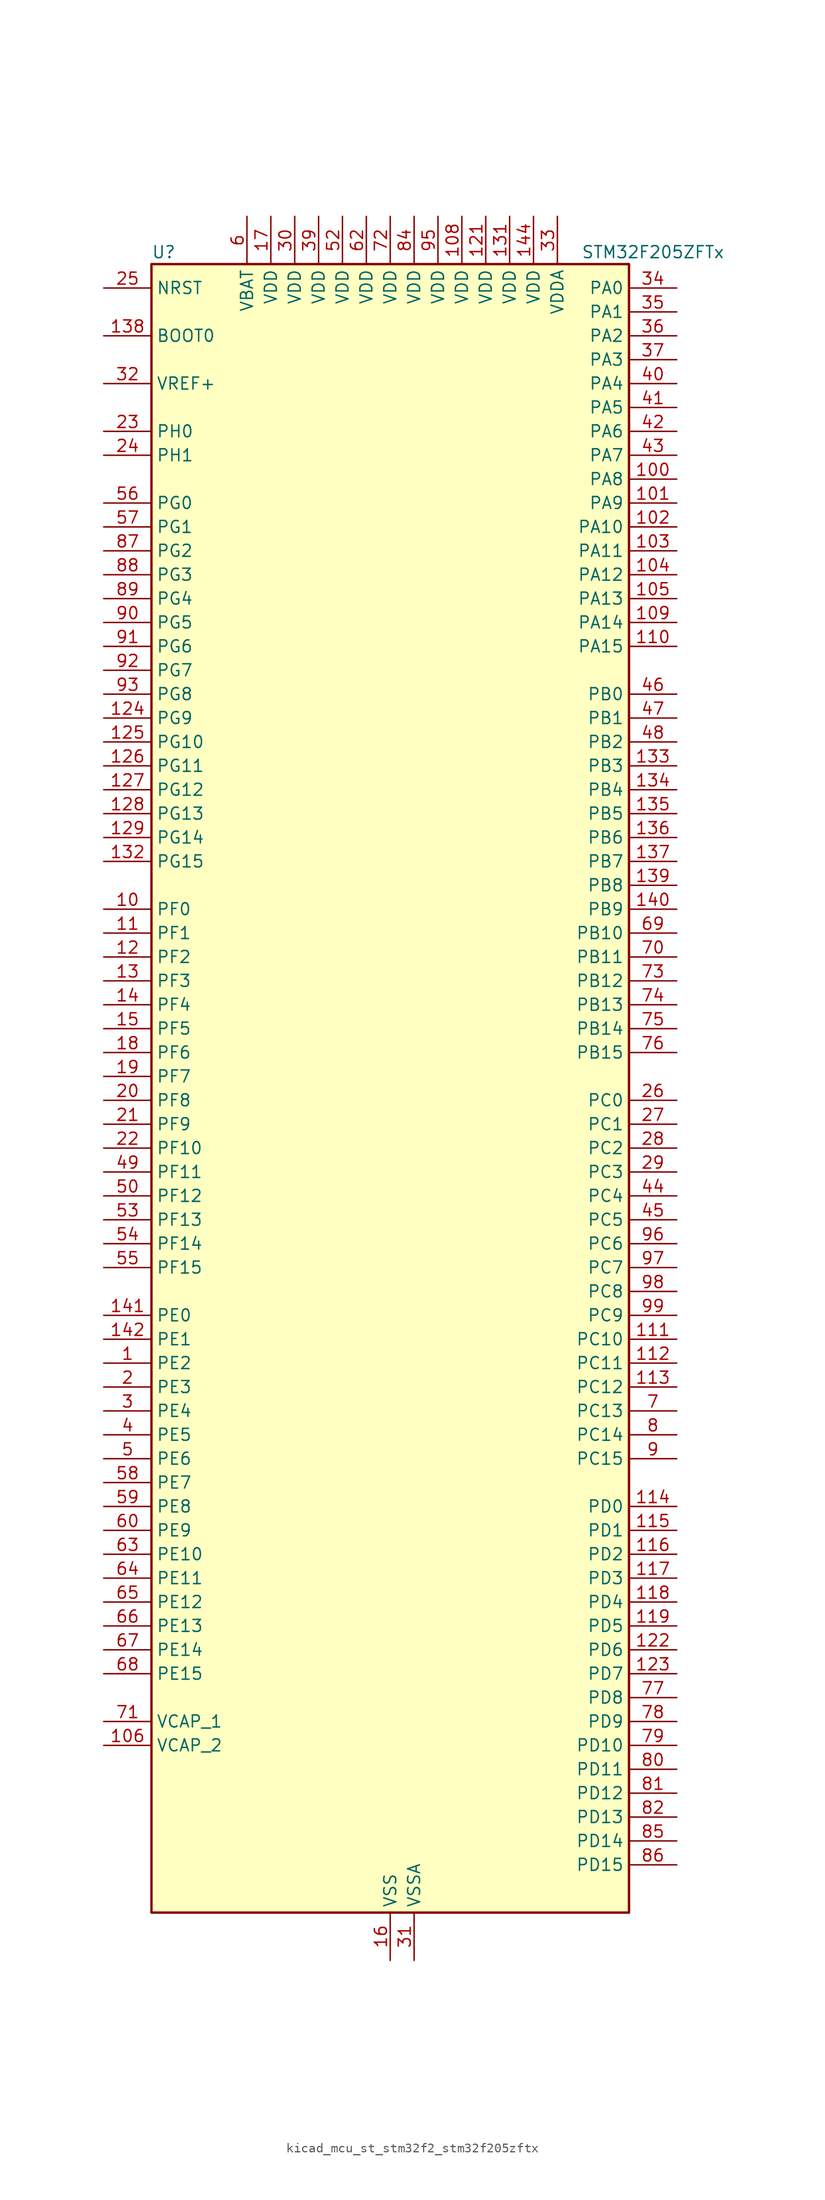
<source format=kicad_sym>
(kicad_symbol_lib
  (version 20220914)
  (generator kicad_symbol_editor)
  (symbol "kicad_mcu_st_stm32f2_stm32f205zftx"
    (property "Reference" "U"
      (at -25.4 90.17 0)
      (effects (font (size 1.27 1.27)) (justify left)))
    (property "Value" "STM32F205ZFTx"
      (at 20.32 90.17 0)
      (effects (font (size 1.27 1.27)) (justify left)))
    (property "ki_locked" ""
      (at 0 0 0)
      (effects (font (size 1.27 1.27))))
    (symbol "kicad_mcu_st_stm32f2_stm32f205zftx_0_1"
      (rectangle (start -25.4 -86.36) (end 25.4 88.9) (stroke (width 0.254) (type default)) (fill (type background))))
    (symbol "kicad_mcu_st_stm32f2_stm32f205zftx_1_1"
      (pin bidirectional line (at -30.48 -27.94 0) (length 5.08) (name "PE2" (effects (font (size 1.27 1.27)))) (number "1" (effects (font (size 1.27 1.27)))) (alternate "FSMC_A23" bidirectional line) (alternate "SYS_TRACECLK" bidirectional line))
      (pin bidirectional line (at -30.48 20.32 0) (length 5.08) (name "PF0" (effects (font (size 1.27 1.27)))) (number "10" (effects (font (size 1.27 1.27)))) (alternate "FSMC_A0" bidirectional line) (alternate "I2C2_SDA" bidirectional line))
      (pin bidirectional line (at 30.48 66.04 180) (length 5.08) (name "PA8" (effects (font (size 1.27 1.27)))) (number "100" (effects (font (size 1.27 1.27)))) (alternate "I2C3_SCL" bidirectional line) (alternate "RCC_MCO_1" bidirectional line) (alternate "TIM1_CH1" bidirectional line) (alternate "USART1_CK" bidirectional line) (alternate "USB_OTG_FS_SOF" bidirectional line))
      (pin bidirectional line (at 30.48 63.5 180) (length 5.08) (name "PA9" (effects (font (size 1.27 1.27)))) (number "101" (effects (font (size 1.27 1.27)))) (alternate "DAC_EXTI9" bidirectional line) (alternate "I2C3_SMBA" bidirectional line) (alternate "TIM1_CH2" bidirectional line) (alternate "USART1_TX" bidirectional line) (alternate "USB_OTG_FS_VBUS" bidirectional line))
      (pin bidirectional line (at 30.48 60.96 180) (length 5.08) (name "PA10" (effects (font (size 1.27 1.27)))) (number "102" (effects (font (size 1.27 1.27)))) (alternate "TIM1_CH3" bidirectional line) (alternate "USART1_RX" bidirectional line) (alternate "USB_OTG_FS_ID" bidirectional line))
      (pin bidirectional line (at 30.48 58.42 180) (length 5.08) (name "PA11" (effects (font (size 1.27 1.27)))) (number "103" (effects (font (size 1.27 1.27)))) (alternate "ADC1_EXTI11" bidirectional line) (alternate "ADC2_EXTI11" bidirectional line) (alternate "ADC3_EXTI11" bidirectional line) (alternate "CAN1_RX" bidirectional line) (alternate "TIM1_CH4" bidirectional line) (alternate "USART1_CTS" bidirectional line) (alternate "USB_OTG_FS_DM" bidirectional line))
      (pin bidirectional line (at 30.48 55.88 180) (length 5.08) (name "PA12" (effects (font (size 1.27 1.27)))) (number "104" (effects (font (size 1.27 1.27)))) (alternate "CAN1_TX" bidirectional line) (alternate "TIM1_ETR" bidirectional line) (alternate "USART1_RTS" bidirectional line) (alternate "USB_OTG_FS_DP" bidirectional line))
      (pin bidirectional line (at 30.48 53.34 180) (length 5.08) (name "PA13" (effects (font (size 1.27 1.27)))) (number "105" (effects (font (size 1.27 1.27)))) (alternate "SYS_JTMS-SWDIO" bidirectional line))
      (pin power_out line (at -30.48 -68.58 0) (length 5.08) (name "VCAP_2" (effects (font (size 1.27 1.27)))) (number "106" (effects (font (size 1.27 1.27)))))
      (pin passive line (at 0 -91.44 90) (length 5.08) hide (name "VSS" (effects (font (size 1.27 1.27)))) (number "107" (effects (font (size 1.27 1.27)))))
      (pin power_in line (at 7.62 93.98 270) (length 5.08) (name "VDD" (effects (font (size 1.27 1.27)))) (number "108" (effects (font (size 1.27 1.27)))))
      (pin bidirectional line (at 30.48 50.8 180) (length 5.08) (name "PA14" (effects (font (size 1.27 1.27)))) (number "109" (effects (font (size 1.27 1.27)))) (alternate "SYS_JTCK-SWCLK" bidirectional line))
      (pin bidirectional line (at -30.48 17.78 0) (length 5.08) (name "PF1" (effects (font (size 1.27 1.27)))) (number "11" (effects (font (size 1.27 1.27)))) (alternate "FSMC_A1" bidirectional line) (alternate "I2C2_SCL" bidirectional line))
      (pin bidirectional line (at 30.48 48.26 180) (length 5.08) (name "PA15" (effects (font (size 1.27 1.27)))) (number "110" (effects (font (size 1.27 1.27)))) (alternate "ADC1_EXTI15" bidirectional line) (alternate "ADC2_EXTI15" bidirectional line) (alternate "ADC3_EXTI15" bidirectional line) (alternate "I2S3_WS" bidirectional line) (alternate "SPI1_NSS" bidirectional line) (alternate "SPI3_NSS" bidirectional line) (alternate "SYS_JTDI" bidirectional line) (alternate "TIM2_CH1" bidirectional line) (alternate "TIM2_ETR" bidirectional line))
      (pin bidirectional line (at 30.48 -25.4 180) (length 5.08) (name "PC10" (effects (font (size 1.27 1.27)))) (number "111" (effects (font (size 1.27 1.27)))) (alternate "I2S3_SCK" bidirectional line) (alternate "SDIO_D2" bidirectional line) (alternate "SPI3_SCK" bidirectional line) (alternate "UART4_TX" bidirectional line) (alternate "USART3_TX" bidirectional line))
      (pin bidirectional line (at 30.48 -27.94 180) (length 5.08) (name "PC11" (effects (font (size 1.27 1.27)))) (number "112" (effects (font (size 1.27 1.27)))) (alternate "ADC1_EXTI11" bidirectional line) (alternate "ADC2_EXTI11" bidirectional line) (alternate "ADC3_EXTI11" bidirectional line) (alternate "SDIO_D3" bidirectional line) (alternate "SPI3_MISO" bidirectional line) (alternate "UART4_RX" bidirectional line) (alternate "USART3_RX" bidirectional line))
      (pin bidirectional line (at 30.48 -30.48 180) (length 5.08) (name "PC12" (effects (font (size 1.27 1.27)))) (number "113" (effects (font (size 1.27 1.27)))) (alternate "I2S3_SD" bidirectional line) (alternate "SDIO_CK" bidirectional line) (alternate "SPI3_MOSI" bidirectional line) (alternate "UART5_TX" bidirectional line) (alternate "USART3_CK" bidirectional line))
      (pin bidirectional line (at 30.48 -43.18 180) (length 5.08) (name "PD0" (effects (font (size 1.27 1.27)))) (number "114" (effects (font (size 1.27 1.27)))) (alternate "CAN1_RX" bidirectional line) (alternate "FSMC_D2" bidirectional line) (alternate "FSMC_DA2" bidirectional line))
      (pin bidirectional line (at 30.48 -45.72 180) (length 5.08) (name "PD1" (effects (font (size 1.27 1.27)))) (number "115" (effects (font (size 1.27 1.27)))) (alternate "CAN1_TX" bidirectional line) (alternate "FSMC_D3" bidirectional line) (alternate "FSMC_DA3" bidirectional line))
      (pin bidirectional line (at 30.48 -48.26 180) (length 5.08) (name "PD2" (effects (font (size 1.27 1.27)))) (number "116" (effects (font (size 1.27 1.27)))) (alternate "SDIO_CMD" bidirectional line) (alternate "TIM3_ETR" bidirectional line) (alternate "UART5_RX" bidirectional line))
      (pin bidirectional line (at 30.48 -50.8 180) (length 5.08) (name "PD3" (effects (font (size 1.27 1.27)))) (number "117" (effects (font (size 1.27 1.27)))) (alternate "FSMC_CLK" bidirectional line) (alternate "USART2_CTS" bidirectional line))
      (pin bidirectional line (at 30.48 -53.34 180) (length 5.08) (name "PD4" (effects (font (size 1.27 1.27)))) (number "118" (effects (font (size 1.27 1.27)))) (alternate "FSMC_NOE" bidirectional line) (alternate "USART2_RTS" bidirectional line))
      (pin bidirectional line (at 30.48 -55.88 180) (length 5.08) (name "PD5" (effects (font (size 1.27 1.27)))) (number "119" (effects (font (size 1.27 1.27)))) (alternate "FSMC_NWE" bidirectional line) (alternate "USART2_TX" bidirectional line))
      (pin bidirectional line (at -30.48 15.24 0) (length 5.08) (name "PF2" (effects (font (size 1.27 1.27)))) (number "12" (effects (font (size 1.27 1.27)))) (alternate "FSMC_A2" bidirectional line) (alternate "I2C2_SMBA" bidirectional line))
      (pin passive line (at 0 -91.44 90) (length 5.08) hide (name "VSS" (effects (font (size 1.27 1.27)))) (number "120" (effects (font (size 1.27 1.27)))))
      (pin power_in line (at 10.16 93.98 270) (length 5.08) (name "VDD" (effects (font (size 1.27 1.27)))) (number "121" (effects (font (size 1.27 1.27)))))
      (pin bidirectional line (at 30.48 -58.42 180) (length 5.08) (name "PD6" (effects (font (size 1.27 1.27)))) (number "122" (effects (font (size 1.27 1.27)))) (alternate "FSMC_NWAIT" bidirectional line) (alternate "USART2_RX" bidirectional line))
      (pin bidirectional line (at 30.48 -60.96 180) (length 5.08) (name "PD7" (effects (font (size 1.27 1.27)))) (number "123" (effects (font (size 1.27 1.27)))) (alternate "FSMC_NCE2" bidirectional line) (alternate "FSMC_NE1" bidirectional line) (alternate "USART2_CK" bidirectional line))
      (pin bidirectional line (at -30.48 40.64 0) (length 5.08) (name "PG9" (effects (font (size 1.27 1.27)))) (number "124" (effects (font (size 1.27 1.27)))) (alternate "DAC_EXTI9" bidirectional line) (alternate "FSMC_NCE3" bidirectional line) (alternate "FSMC_NE2" bidirectional line) (alternate "USART6_RX" bidirectional line))
      (pin bidirectional line (at -30.48 38.1 0) (length 5.08) (name "PG10" (effects (font (size 1.27 1.27)))) (number "125" (effects (font (size 1.27 1.27)))) (alternate "FSMC_NCE4_1" bidirectional line) (alternate "FSMC_NE3" bidirectional line))
      (pin bidirectional line (at -30.48 35.56 0) (length 5.08) (name "PG11" (effects (font (size 1.27 1.27)))) (number "126" (effects (font (size 1.27 1.27)))) (alternate "ADC1_EXTI11" bidirectional line) (alternate "ADC2_EXTI11" bidirectional line) (alternate "ADC3_EXTI11" bidirectional line) (alternate "FSMC_NCE4_2" bidirectional line))
      (pin bidirectional line (at -30.48 33.02 0) (length 5.08) (name "PG12" (effects (font (size 1.27 1.27)))) (number "127" (effects (font (size 1.27 1.27)))) (alternate "FSMC_NE4" bidirectional line) (alternate "USART6_RTS" bidirectional line))
      (pin bidirectional line (at -30.48 30.48 0) (length 5.08) (name "PG13" (effects (font (size 1.27 1.27)))) (number "128" (effects (font (size 1.27 1.27)))) (alternate "FSMC_A24" bidirectional line) (alternate "USART6_CTS" bidirectional line))
      (pin bidirectional line (at -30.48 27.94 0) (length 5.08) (name "PG14" (effects (font (size 1.27 1.27)))) (number "129" (effects (font (size 1.27 1.27)))) (alternate "FSMC_A25" bidirectional line) (alternate "USART6_TX" bidirectional line))
      (pin bidirectional line (at -30.48 12.7 0) (length 5.08) (name "PF3" (effects (font (size 1.27 1.27)))) (number "13" (effects (font (size 1.27 1.27)))) (alternate "ADC3_IN9" bidirectional line) (alternate "FSMC_A3" bidirectional line))
      (pin passive line (at 0 -91.44 90) (length 5.08) hide (name "VSS" (effects (font (size 1.27 1.27)))) (number "130" (effects (font (size 1.27 1.27)))))
      (pin power_in line (at 12.7 93.98 270) (length 5.08) (name "VDD" (effects (font (size 1.27 1.27)))) (number "131" (effects (font (size 1.27 1.27)))))
      (pin bidirectional line (at -30.48 25.4 0) (length 5.08) (name "PG15" (effects (font (size 1.27 1.27)))) (number "132" (effects (font (size 1.27 1.27)))) (alternate "ADC1_EXTI15" bidirectional line) (alternate "ADC2_EXTI15" bidirectional line) (alternate "ADC3_EXTI15" bidirectional line) (alternate "USART6_CTS" bidirectional line))
      (pin bidirectional line (at 30.48 35.56 180) (length 5.08) (name "PB3" (effects (font (size 1.27 1.27)))) (number "133" (effects (font (size 1.27 1.27)))) (alternate "I2S3_SCK" bidirectional line) (alternate "SPI1_SCK" bidirectional line) (alternate "SPI3_SCK" bidirectional line) (alternate "SYS_JTDO-SWO" bidirectional line) (alternate "TIM2_CH2" bidirectional line))
      (pin bidirectional line (at 30.48 33.02 180) (length 5.08) (name "PB4" (effects (font (size 1.27 1.27)))) (number "134" (effects (font (size 1.27 1.27)))) (alternate "SPI1_MISO" bidirectional line) (alternate "SPI3_MISO" bidirectional line) (alternate "SYS_JTRST" bidirectional line) (alternate "TIM3_CH1" bidirectional line))
      (pin bidirectional line (at 30.48 30.48 180) (length 5.08) (name "PB5" (effects (font (size 1.27 1.27)))) (number "135" (effects (font (size 1.27 1.27)))) (alternate "CAN2_RX" bidirectional line) (alternate "I2C1_SMBA" bidirectional line) (alternate "I2S3_SD" bidirectional line) (alternate "SPI1_MOSI" bidirectional line) (alternate "SPI3_MOSI" bidirectional line) (alternate "TIM3_CH2" bidirectional line) (alternate "USB_OTG_HS_ULPI_D7" bidirectional line))
      (pin bidirectional line (at 30.48 27.94 180) (length 5.08) (name "PB6" (effects (font (size 1.27 1.27)))) (number "136" (effects (font (size 1.27 1.27)))) (alternate "CAN2_TX" bidirectional line) (alternate "I2C1_SCL" bidirectional line) (alternate "TIM4_CH1" bidirectional line) (alternate "USART1_TX" bidirectional line))
      (pin bidirectional line (at 30.48 25.4 180) (length 5.08) (name "PB7" (effects (font (size 1.27 1.27)))) (number "137" (effects (font (size 1.27 1.27)))) (alternate "FSMC_NL" bidirectional line) (alternate "I2C1_SDA" bidirectional line) (alternate "TIM4_CH2" bidirectional line) (alternate "USART1_RX" bidirectional line))
      (pin input line (at -30.48 81.28 0) (length 5.08) (name "BOOT0" (effects (font (size 1.27 1.27)))) (number "138" (effects (font (size 1.27 1.27)))))
      (pin bidirectional line (at 30.48 22.86 180) (length 5.08) (name "PB8" (effects (font (size 1.27 1.27)))) (number "139" (effects (font (size 1.27 1.27)))) (alternate "CAN1_RX" bidirectional line) (alternate "I2C1_SCL" bidirectional line) (alternate "SDIO_D4" bidirectional line) (alternate "TIM10_CH1" bidirectional line) (alternate "TIM4_CH3" bidirectional line))
      (pin bidirectional line (at -30.48 10.16 0) (length 5.08) (name "PF4" (effects (font (size 1.27 1.27)))) (number "14" (effects (font (size 1.27 1.27)))) (alternate "ADC3_IN14" bidirectional line) (alternate "FSMC_A4" bidirectional line))
      (pin bidirectional line (at 30.48 20.32 180) (length 5.08) (name "PB9" (effects (font (size 1.27 1.27)))) (number "140" (effects (font (size 1.27 1.27)))) (alternate "CAN1_TX" bidirectional line) (alternate "DAC_EXTI9" bidirectional line) (alternate "I2C1_SDA" bidirectional line) (alternate "I2S2_WS" bidirectional line) (alternate "SDIO_D5" bidirectional line) (alternate "SPI2_NSS" bidirectional line) (alternate "TIM11_CH1" bidirectional line) (alternate "TIM4_CH4" bidirectional line))
      (pin bidirectional line (at -30.48 -22.86 0) (length 5.08) (name "PE0" (effects (font (size 1.27 1.27)))) (number "141" (effects (font (size 1.27 1.27)))) (alternate "FSMC_NBL0" bidirectional line) (alternate "TIM4_ETR" bidirectional line))
      (pin bidirectional line (at -30.48 -25.4 0) (length 5.08) (name "PE1" (effects (font (size 1.27 1.27)))) (number "142" (effects (font (size 1.27 1.27)))) (alternate "FSMC_NBL1" bidirectional line))
      (pin no_connect line (at -25.4 -86.36 0) (length 5.08) hide (name "RFU" (effects (font (size 1.27 1.27)))) (number "143" (effects (font (size 1.27 1.27)))))
      (pin power_in line (at 15.24 93.98 270) (length 5.08) (name "VDD" (effects (font (size 1.27 1.27)))) (number "144" (effects (font (size 1.27 1.27)))))
      (pin bidirectional line (at -30.48 7.62 0) (length 5.08) (name "PF5" (effects (font (size 1.27 1.27)))) (number "15" (effects (font (size 1.27 1.27)))) (alternate "ADC3_IN15" bidirectional line) (alternate "FSMC_A5" bidirectional line))
      (pin power_in line (at 0 -91.44 90) (length 5.08) (name "VSS" (effects (font (size 1.27 1.27)))) (number "16" (effects (font (size 1.27 1.27)))))
      (pin power_in line (at -12.7 93.98 270) (length 5.08) (name "VDD" (effects (font (size 1.27 1.27)))) (number "17" (effects (font (size 1.27 1.27)))))
      (pin bidirectional line (at -30.48 5.08 0) (length 5.08) (name "PF6" (effects (font (size 1.27 1.27)))) (number "18" (effects (font (size 1.27 1.27)))) (alternate "ADC3_IN4" bidirectional line) (alternate "FSMC_NIORD" bidirectional line) (alternate "TIM10_CH1" bidirectional line))
      (pin bidirectional line (at -30.48 2.54 0) (length 5.08) (name "PF7" (effects (font (size 1.27 1.27)))) (number "19" (effects (font (size 1.27 1.27)))) (alternate "ADC3_IN5" bidirectional line) (alternate "FSMC_NREG" bidirectional line) (alternate "TIM11_CH1" bidirectional line))
      (pin bidirectional line (at -30.48 -30.48 0) (length 5.08) (name "PE3" (effects (font (size 1.27 1.27)))) (number "2" (effects (font (size 1.27 1.27)))) (alternate "FSMC_A19" bidirectional line) (alternate "SYS_TRACED0" bidirectional line))
      (pin bidirectional line (at -30.48 0 0) (length 5.08) (name "PF8" (effects (font (size 1.27 1.27)))) (number "20" (effects (font (size 1.27 1.27)))) (alternate "ADC3_IN6" bidirectional line) (alternate "FSMC_NIOWR" bidirectional line) (alternate "TIM13_CH1" bidirectional line))
      (pin bidirectional line (at -30.48 -2.54 0) (length 5.08) (name "PF9" (effects (font (size 1.27 1.27)))) (number "21" (effects (font (size 1.27 1.27)))) (alternate "ADC3_IN7" bidirectional line) (alternate "DAC_EXTI9" bidirectional line) (alternate "FSMC_CD" bidirectional line) (alternate "TIM14_CH1" bidirectional line))
      (pin bidirectional line (at -30.48 -5.08 0) (length 5.08) (name "PF10" (effects (font (size 1.27 1.27)))) (number "22" (effects (font (size 1.27 1.27)))) (alternate "ADC3_IN8" bidirectional line) (alternate "FSMC_INTR" bidirectional line))
      (pin bidirectional line (at -30.48 71.12 0) (length 5.08) (name "PH0" (effects (font (size 1.27 1.27)))) (number "23" (effects (font (size 1.27 1.27)))) (alternate "RCC_OSC_IN" bidirectional line))
      (pin bidirectional line (at -30.48 68.58 0) (length 5.08) (name "PH1" (effects (font (size 1.27 1.27)))) (number "24" (effects (font (size 1.27 1.27)))) (alternate "RCC_OSC_OUT" bidirectional line))
      (pin input line (at -30.48 86.36 0) (length 5.08) (name "NRST" (effects (font (size 1.27 1.27)))) (number "25" (effects (font (size 1.27 1.27)))))
      (pin bidirectional line (at 30.48 0 180) (length 5.08) (name "PC0" (effects (font (size 1.27 1.27)))) (number "26" (effects (font (size 1.27 1.27)))) (alternate "ADC1_IN10" bidirectional line) (alternate "ADC2_IN10" bidirectional line) (alternate "ADC3_IN10" bidirectional line) (alternate "USB_OTG_HS_ULPI_STP" bidirectional line))
      (pin bidirectional line (at 30.48 -2.54 180) (length 5.08) (name "PC1" (effects (font (size 1.27 1.27)))) (number "27" (effects (font (size 1.27 1.27)))) (alternate "ADC1_IN11" bidirectional line) (alternate "ADC2_IN11" bidirectional line) (alternate "ADC3_IN11" bidirectional line))
      (pin bidirectional line (at 30.48 -5.08 180) (length 5.08) (name "PC2" (effects (font (size 1.27 1.27)))) (number "28" (effects (font (size 1.27 1.27)))) (alternate "ADC1_IN12" bidirectional line) (alternate "ADC2_IN12" bidirectional line) (alternate "ADC3_IN12" bidirectional line) (alternate "SPI2_MISO" bidirectional line) (alternate "USB_OTG_HS_ULPI_DIR" bidirectional line))
      (pin bidirectional line (at 30.48 -7.62 180) (length 5.08) (name "PC3" (effects (font (size 1.27 1.27)))) (number "29" (effects (font (size 1.27 1.27)))) (alternate "ADC1_IN13" bidirectional line) (alternate "ADC2_IN13" bidirectional line) (alternate "ADC3_IN13" bidirectional line) (alternate "I2S2_SD" bidirectional line) (alternate "SPI2_MOSI" bidirectional line) (alternate "USB_OTG_HS_ULPI_NXT" bidirectional line))
      (pin bidirectional line (at -30.48 -33.02 0) (length 5.08) (name "PE4" (effects (font (size 1.27 1.27)))) (number "3" (effects (font (size 1.27 1.27)))) (alternate "FSMC_A20" bidirectional line) (alternate "SYS_TRACED1" bidirectional line))
      (pin power_in line (at -10.16 93.98 270) (length 5.08) (name "VDD" (effects (font (size 1.27 1.27)))) (number "30" (effects (font (size 1.27 1.27)))))
      (pin power_in line (at 2.54 -91.44 90) (length 5.08) (name "VSSA" (effects (font (size 1.27 1.27)))) (number "31" (effects (font (size 1.27 1.27)))))
      (pin input line (at -30.48 76.2 0) (length 5.08) (name "VREF+" (effects (font (size 1.27 1.27)))) (number "32" (effects (font (size 1.27 1.27)))))
      (pin power_in line (at 17.78 93.98 270) (length 5.08) (name "VDDA" (effects (font (size 1.27 1.27)))) (number "33" (effects (font (size 1.27 1.27)))))
      (pin bidirectional line (at 30.48 86.36 180) (length 5.08) (name "PA0" (effects (font (size 1.27 1.27)))) (number "34" (effects (font (size 1.27 1.27)))) (alternate "ADC1_IN0" bidirectional line) (alternate "ADC2_IN0" bidirectional line) (alternate "ADC3_IN0" bidirectional line) (alternate "SYS_WKUP" bidirectional line) (alternate "TIM2_CH1" bidirectional line) (alternate "TIM2_ETR" bidirectional line) (alternate "TIM5_CH1" bidirectional line) (alternate "TIM8_ETR" bidirectional line) (alternate "UART4_TX" bidirectional line) (alternate "USART2_CTS" bidirectional line))
      (pin bidirectional line (at 30.48 83.82 180) (length 5.08) (name "PA1" (effects (font (size 1.27 1.27)))) (number "35" (effects (font (size 1.27 1.27)))) (alternate "ADC1_IN1" bidirectional line) (alternate "ADC2_IN1" bidirectional line) (alternate "ADC3_IN1" bidirectional line) (alternate "TIM2_CH2" bidirectional line) (alternate "TIM5_CH2" bidirectional line) (alternate "UART4_RX" bidirectional line) (alternate "USART2_RTS" bidirectional line))
      (pin bidirectional line (at 30.48 81.28 180) (length 5.08) (name "PA2" (effects (font (size 1.27 1.27)))) (number "36" (effects (font (size 1.27 1.27)))) (alternate "ADC1_IN2" bidirectional line) (alternate "ADC2_IN2" bidirectional line) (alternate "ADC3_IN2" bidirectional line) (alternate "TIM2_CH3" bidirectional line) (alternate "TIM5_CH3" bidirectional line) (alternate "TIM9_CH1" bidirectional line) (alternate "USART2_TX" bidirectional line))
      (pin bidirectional line (at 30.48 78.74 180) (length 5.08) (name "PA3" (effects (font (size 1.27 1.27)))) (number "37" (effects (font (size 1.27 1.27)))) (alternate "ADC1_IN3" bidirectional line) (alternate "ADC2_IN3" bidirectional line) (alternate "ADC3_IN3" bidirectional line) (alternate "TIM2_CH4" bidirectional line) (alternate "TIM5_CH4" bidirectional line) (alternate "TIM9_CH2" bidirectional line) (alternate "USART2_RX" bidirectional line) (alternate "USB_OTG_HS_ULPI_D0" bidirectional line))
      (pin passive line (at 0 -91.44 90) (length 5.08) hide (name "VSS" (effects (font (size 1.27 1.27)))) (number "38" (effects (font (size 1.27 1.27)))))
      (pin power_in line (at -7.62 93.98 270) (length 5.08) (name "VDD" (effects (font (size 1.27 1.27)))) (number "39" (effects (font (size 1.27 1.27)))))
      (pin bidirectional line (at -30.48 -35.56 0) (length 5.08) (name "PE5" (effects (font (size 1.27 1.27)))) (number "4" (effects (font (size 1.27 1.27)))) (alternate "FSMC_A21" bidirectional line) (alternate "SYS_TRACED2" bidirectional line) (alternate "TIM9_CH1" bidirectional line))
      (pin bidirectional line (at 30.48 76.2 180) (length 5.08) (name "PA4" (effects (font (size 1.27 1.27)))) (number "40" (effects (font (size 1.27 1.27)))) (alternate "ADC1_IN4" bidirectional line) (alternate "ADC2_IN4" bidirectional line) (alternate "DAC_OUT1" bidirectional line) (alternate "I2S3_WS" bidirectional line) (alternate "SPI1_NSS" bidirectional line) (alternate "SPI3_NSS" bidirectional line) (alternate "USART2_CK" bidirectional line) (alternate "USB_OTG_HS_SOF" bidirectional line))
      (pin bidirectional line (at 30.48 73.66 180) (length 5.08) (name "PA5" (effects (font (size 1.27 1.27)))) (number "41" (effects (font (size 1.27 1.27)))) (alternate "ADC1_IN5" bidirectional line) (alternate "ADC2_IN5" bidirectional line) (alternate "DAC_OUT2" bidirectional line) (alternate "SPI1_SCK" bidirectional line) (alternate "TIM2_CH1" bidirectional line) (alternate "TIM2_ETR" bidirectional line) (alternate "TIM8_CH1N" bidirectional line) (alternate "USB_OTG_HS_ULPI_CK" bidirectional line))
      (pin bidirectional line (at 30.48 71.12 180) (length 5.08) (name "PA6" (effects (font (size 1.27 1.27)))) (number "42" (effects (font (size 1.27 1.27)))) (alternate "ADC1_IN6" bidirectional line) (alternate "ADC2_IN6" bidirectional line) (alternate "SPI1_MISO" bidirectional line) (alternate "TIM13_CH1" bidirectional line) (alternate "TIM1_BKIN" bidirectional line) (alternate "TIM3_CH1" bidirectional line) (alternate "TIM8_BKIN" bidirectional line))
      (pin bidirectional line (at 30.48 68.58 180) (length 5.08) (name "PA7" (effects (font (size 1.27 1.27)))) (number "43" (effects (font (size 1.27 1.27)))) (alternate "ADC1_IN7" bidirectional line) (alternate "ADC2_IN7" bidirectional line) (alternate "SPI1_MOSI" bidirectional line) (alternate "TIM14_CH1" bidirectional line) (alternate "TIM1_CH1N" bidirectional line) (alternate "TIM3_CH2" bidirectional line) (alternate "TIM8_CH1N" bidirectional line))
      (pin bidirectional line (at 30.48 -10.16 180) (length 5.08) (name "PC4" (effects (font (size 1.27 1.27)))) (number "44" (effects (font (size 1.27 1.27)))) (alternate "ADC1_IN14" bidirectional line) (alternate "ADC2_IN14" bidirectional line))
      (pin bidirectional line (at 30.48 -12.7 180) (length 5.08) (name "PC5" (effects (font (size 1.27 1.27)))) (number "45" (effects (font (size 1.27 1.27)))) (alternate "ADC1_IN15" bidirectional line) (alternate "ADC2_IN15" bidirectional line))
      (pin bidirectional line (at 30.48 43.18 180) (length 5.08) (name "PB0" (effects (font (size 1.27 1.27)))) (number "46" (effects (font (size 1.27 1.27)))) (alternate "ADC1_IN8" bidirectional line) (alternate "ADC2_IN8" bidirectional line) (alternate "TIM1_CH2N" bidirectional line) (alternate "TIM3_CH3" bidirectional line) (alternate "TIM8_CH2N" bidirectional line) (alternate "USB_OTG_HS_ULPI_D1" bidirectional line))
      (pin bidirectional line (at 30.48 40.64 180) (length 5.08) (name "PB1" (effects (font (size 1.27 1.27)))) (number "47" (effects (font (size 1.27 1.27)))) (alternate "ADC1_IN9" bidirectional line) (alternate "ADC2_IN9" bidirectional line) (alternate "TIM1_CH3N" bidirectional line) (alternate "TIM3_CH4" bidirectional line) (alternate "TIM8_CH3N" bidirectional line) (alternate "USB_OTG_HS_ULPI_D2" bidirectional line))
      (pin bidirectional line (at 30.48 38.1 180) (length 5.08) (name "PB2" (effects (font (size 1.27 1.27)))) (number "48" (effects (font (size 1.27 1.27)))))
      (pin bidirectional line (at -30.48 -7.62 0) (length 5.08) (name "PF11" (effects (font (size 1.27 1.27)))) (number "49" (effects (font (size 1.27 1.27)))) (alternate "ADC1_EXTI11" bidirectional line) (alternate "ADC2_EXTI11" bidirectional line) (alternate "ADC3_EXTI11" bidirectional line))
      (pin bidirectional line (at -30.48 -38.1 0) (length 5.08) (name "PE6" (effects (font (size 1.27 1.27)))) (number "5" (effects (font (size 1.27 1.27)))) (alternate "FSMC_A22" bidirectional line) (alternate "SYS_TRACED3" bidirectional line) (alternate "TIM9_CH2" bidirectional line))
      (pin bidirectional line (at -30.48 -10.16 0) (length 5.08) (name "PF12" (effects (font (size 1.27 1.27)))) (number "50" (effects (font (size 1.27 1.27)))) (alternate "FSMC_A6" bidirectional line))
      (pin passive line (at 0 -91.44 90) (length 5.08) hide (name "VSS" (effects (font (size 1.27 1.27)))) (number "51" (effects (font (size 1.27 1.27)))))
      (pin power_in line (at -5.08 93.98 270) (length 5.08) (name "VDD" (effects (font (size 1.27 1.27)))) (number "52" (effects (font (size 1.27 1.27)))))
      (pin bidirectional line (at -30.48 -12.7 0) (length 5.08) (name "PF13" (effects (font (size 1.27 1.27)))) (number "53" (effects (font (size 1.27 1.27)))) (alternate "FSMC_A7" bidirectional line))
      (pin bidirectional line (at -30.48 -15.24 0) (length 5.08) (name "PF14" (effects (font (size 1.27 1.27)))) (number "54" (effects (font (size 1.27 1.27)))) (alternate "FSMC_A8" bidirectional line))
      (pin bidirectional line (at -30.48 -17.78 0) (length 5.08) (name "PF15" (effects (font (size 1.27 1.27)))) (number "55" (effects (font (size 1.27 1.27)))) (alternate "ADC1_EXTI15" bidirectional line) (alternate "ADC2_EXTI15" bidirectional line) (alternate "ADC3_EXTI15" bidirectional line) (alternate "FSMC_A9" bidirectional line))
      (pin bidirectional line (at -30.48 63.5 0) (length 5.08) (name "PG0" (effects (font (size 1.27 1.27)))) (number "56" (effects (font (size 1.27 1.27)))) (alternate "FSMC_A10" bidirectional line))
      (pin bidirectional line (at -30.48 60.96 0) (length 5.08) (name "PG1" (effects (font (size 1.27 1.27)))) (number "57" (effects (font (size 1.27 1.27)))) (alternate "FSMC_A11" bidirectional line))
      (pin bidirectional line (at -30.48 -40.64 0) (length 5.08) (name "PE7" (effects (font (size 1.27 1.27)))) (number "58" (effects (font (size 1.27 1.27)))) (alternate "FSMC_D4" bidirectional line) (alternate "FSMC_DA4" bidirectional line) (alternate "TIM1_ETR" bidirectional line))
      (pin bidirectional line (at -30.48 -43.18 0) (length 5.08) (name "PE8" (effects (font (size 1.27 1.27)))) (number "59" (effects (font (size 1.27 1.27)))) (alternate "FSMC_D5" bidirectional line) (alternate "FSMC_DA5" bidirectional line) (alternate "TIM1_CH1N" bidirectional line))
      (pin power_in line (at -15.24 93.98 270) (length 5.08) (name "VBAT" (effects (font (size 1.27 1.27)))) (number "6" (effects (font (size 1.27 1.27)))))
      (pin bidirectional line (at -30.48 -45.72 0) (length 5.08) (name "PE9" (effects (font (size 1.27 1.27)))) (number "60" (effects (font (size 1.27 1.27)))) (alternate "DAC_EXTI9" bidirectional line) (alternate "FSMC_D6" bidirectional line) (alternate "FSMC_DA6" bidirectional line) (alternate "TIM1_CH1" bidirectional line))
      (pin passive line (at 0 -91.44 90) (length 5.08) hide (name "VSS" (effects (font (size 1.27 1.27)))) (number "61" (effects (font (size 1.27 1.27)))))
      (pin power_in line (at -2.54 93.98 270) (length 5.08) (name "VDD" (effects (font (size 1.27 1.27)))) (number "62" (effects (font (size 1.27 1.27)))))
      (pin bidirectional line (at -30.48 -48.26 0) (length 5.08) (name "PE10" (effects (font (size 1.27 1.27)))) (number "63" (effects (font (size 1.27 1.27)))) (alternate "FSMC_D7" bidirectional line) (alternate "FSMC_DA7" bidirectional line) (alternate "TIM1_CH2N" bidirectional line))
      (pin bidirectional line (at -30.48 -50.8 0) (length 5.08) (name "PE11" (effects (font (size 1.27 1.27)))) (number "64" (effects (font (size 1.27 1.27)))) (alternate "ADC1_EXTI11" bidirectional line) (alternate "ADC2_EXTI11" bidirectional line) (alternate "ADC3_EXTI11" bidirectional line) (alternate "FSMC_D8" bidirectional line) (alternate "FSMC_DA8" bidirectional line) (alternate "TIM1_CH2" bidirectional line))
      (pin bidirectional line (at -30.48 -53.34 0) (length 5.08) (name "PE12" (effects (font (size 1.27 1.27)))) (number "65" (effects (font (size 1.27 1.27)))) (alternate "FSMC_D9" bidirectional line) (alternate "FSMC_DA9" bidirectional line) (alternate "TIM1_CH3N" bidirectional line))
      (pin bidirectional line (at -30.48 -55.88 0) (length 5.08) (name "PE13" (effects (font (size 1.27 1.27)))) (number "66" (effects (font (size 1.27 1.27)))) (alternate "FSMC_D10" bidirectional line) (alternate "FSMC_DA10" bidirectional line) (alternate "TIM1_CH3" bidirectional line))
      (pin bidirectional line (at -30.48 -58.42 0) (length 5.08) (name "PE14" (effects (font (size 1.27 1.27)))) (number "67" (effects (font (size 1.27 1.27)))) (alternate "FSMC_D11" bidirectional line) (alternate "FSMC_DA11" bidirectional line) (alternate "TIM1_CH4" bidirectional line))
      (pin bidirectional line (at -30.48 -60.96 0) (length 5.08) (name "PE15" (effects (font (size 1.27 1.27)))) (number "68" (effects (font (size 1.27 1.27)))) (alternate "ADC1_EXTI15" bidirectional line) (alternate "ADC2_EXTI15" bidirectional line) (alternate "ADC3_EXTI15" bidirectional line) (alternate "FSMC_D12" bidirectional line) (alternate "FSMC_DA12" bidirectional line) (alternate "TIM1_BKIN" bidirectional line))
      (pin bidirectional line (at 30.48 17.78 180) (length 5.08) (name "PB10" (effects (font (size 1.27 1.27)))) (number "69" (effects (font (size 1.27 1.27)))) (alternate "I2C2_SCL" bidirectional line) (alternate "I2S2_SCK" bidirectional line) (alternate "SPI2_SCK" bidirectional line) (alternate "TIM2_CH3" bidirectional line) (alternate "USART3_TX" bidirectional line) (alternate "USB_OTG_HS_ULPI_D3" bidirectional line))
      (pin bidirectional line (at 30.48 -33.02 180) (length 5.08) (name "PC13" (effects (font (size 1.27 1.27)))) (number "7" (effects (font (size 1.27 1.27)))) (alternate "RTC_AF1" bidirectional line))
      (pin bidirectional line (at 30.48 15.24 180) (length 5.08) (name "PB11" (effects (font (size 1.27 1.27)))) (number "70" (effects (font (size 1.27 1.27)))) (alternate "ADC1_EXTI11" bidirectional line) (alternate "ADC2_EXTI11" bidirectional line) (alternate "ADC3_EXTI11" bidirectional line) (alternate "I2C2_SDA" bidirectional line) (alternate "TIM2_CH4" bidirectional line) (alternate "USART3_RX" bidirectional line) (alternate "USB_OTG_HS_ULPI_D4" bidirectional line))
      (pin power_out line (at -30.48 -66.04 0) (length 5.08) (name "VCAP_1" (effects (font (size 1.27 1.27)))) (number "71" (effects (font (size 1.27 1.27)))))
      (pin power_in line (at 0 93.98 270) (length 5.08) (name "VDD" (effects (font (size 1.27 1.27)))) (number "72" (effects (font (size 1.27 1.27)))))
      (pin bidirectional line (at 30.48 12.7 180) (length 5.08) (name "PB12" (effects (font (size 1.27 1.27)))) (number "73" (effects (font (size 1.27 1.27)))) (alternate "CAN2_RX" bidirectional line) (alternate "I2C2_SMBA" bidirectional line) (alternate "I2S2_WS" bidirectional line) (alternate "SPI2_NSS" bidirectional line) (alternate "TIM1_BKIN" bidirectional line) (alternate "USART3_CK" bidirectional line) (alternate "USB_OTG_HS_ID" bidirectional line) (alternate "USB_OTG_HS_ULPI_D5" bidirectional line))
      (pin bidirectional line (at 30.48 10.16 180) (length 5.08) (name "PB13" (effects (font (size 1.27 1.27)))) (number "74" (effects (font (size 1.27 1.27)))) (alternate "CAN2_TX" bidirectional line) (alternate "I2S2_SCK" bidirectional line) (alternate "SPI2_SCK" bidirectional line) (alternate "TIM1_CH1N" bidirectional line) (alternate "USART3_CTS" bidirectional line) (alternate "USB_OTG_HS_ULPI_D6" bidirectional line) (alternate "USB_OTG_HS_VBUS" bidirectional line))
      (pin bidirectional line (at 30.48 7.62 180) (length 5.08) (name "PB14" (effects (font (size 1.27 1.27)))) (number "75" (effects (font (size 1.27 1.27)))) (alternate "SPI2_MISO" bidirectional line) (alternate "TIM12_CH1" bidirectional line) (alternate "TIM1_CH2N" bidirectional line) (alternate "TIM8_CH2N" bidirectional line) (alternate "USART3_RTS" bidirectional line) (alternate "USB_OTG_HS_DM" bidirectional line))
      (pin bidirectional line (at 30.48 5.08 180) (length 5.08) (name "PB15" (effects (font (size 1.27 1.27)))) (number "76" (effects (font (size 1.27 1.27)))) (alternate "ADC1_EXTI15" bidirectional line) (alternate "ADC2_EXTI15" bidirectional line) (alternate "ADC3_EXTI15" bidirectional line) (alternate "I2S2_SD" bidirectional line) (alternate "RTC_REFIN" bidirectional line) (alternate "SPI2_MOSI" bidirectional line) (alternate "TIM12_CH2" bidirectional line) (alternate "TIM1_CH3N" bidirectional line) (alternate "TIM8_CH3N" bidirectional line) (alternate "USB_OTG_HS_DP" bidirectional line))
      (pin bidirectional line (at 30.48 -63.5 180) (length 5.08) (name "PD8" (effects (font (size 1.27 1.27)))) (number "77" (effects (font (size 1.27 1.27)))) (alternate "FSMC_D13" bidirectional line) (alternate "FSMC_DA13" bidirectional line) (alternate "USART3_TX" bidirectional line))
      (pin bidirectional line (at 30.48 -66.04 180) (length 5.08) (name "PD9" (effects (font (size 1.27 1.27)))) (number "78" (effects (font (size 1.27 1.27)))) (alternate "DAC_EXTI9" bidirectional line) (alternate "FSMC_D14" bidirectional line) (alternate "FSMC_DA14" bidirectional line) (alternate "USART3_RX" bidirectional line))
      (pin bidirectional line (at 30.48 -68.58 180) (length 5.08) (name "PD10" (effects (font (size 1.27 1.27)))) (number "79" (effects (font (size 1.27 1.27)))) (alternate "FSMC_D15" bidirectional line) (alternate "FSMC_DA15" bidirectional line) (alternate "USART3_CK" bidirectional line))
      (pin bidirectional line (at 30.48 -35.56 180) (length 5.08) (name "PC14" (effects (font (size 1.27 1.27)))) (number "8" (effects (font (size 1.27 1.27)))) (alternate "RCC_OSC32_IN" bidirectional line))
      (pin bidirectional line (at 30.48 -71.12 180) (length 5.08) (name "PD11" (effects (font (size 1.27 1.27)))) (number "80" (effects (font (size 1.27 1.27)))) (alternate "ADC1_EXTI11" bidirectional line) (alternate "ADC2_EXTI11" bidirectional line) (alternate "ADC3_EXTI11" bidirectional line) (alternate "FSMC_A16" bidirectional line) (alternate "FSMC_CLE" bidirectional line) (alternate "USART3_CTS" bidirectional line))
      (pin bidirectional line (at 30.48 -73.66 180) (length 5.08) (name "PD12" (effects (font (size 1.27 1.27)))) (number "81" (effects (font (size 1.27 1.27)))) (alternate "FSMC_A17" bidirectional line) (alternate "FSMC_ALE" bidirectional line) (alternate "TIM4_CH1" bidirectional line) (alternate "USART3_RTS" bidirectional line))
      (pin bidirectional line (at 30.48 -76.2 180) (length 5.08) (name "PD13" (effects (font (size 1.27 1.27)))) (number "82" (effects (font (size 1.27 1.27)))) (alternate "FSMC_A18" bidirectional line) (alternate "TIM4_CH2" bidirectional line))
      (pin passive line (at 0 -91.44 90) (length 5.08) hide (name "VSS" (effects (font (size 1.27 1.27)))) (number "83" (effects (font (size 1.27 1.27)))))
      (pin power_in line (at 2.54 93.98 270) (length 5.08) (name "VDD" (effects (font (size 1.27 1.27)))) (number "84" (effects (font (size 1.27 1.27)))))
      (pin bidirectional line (at 30.48 -78.74 180) (length 5.08) (name "PD14" (effects (font (size 1.27 1.27)))) (number "85" (effects (font (size 1.27 1.27)))) (alternate "FSMC_D0" bidirectional line) (alternate "FSMC_DA0" bidirectional line) (alternate "TIM4_CH3" bidirectional line))
      (pin bidirectional line (at 30.48 -81.28 180) (length 5.08) (name "PD15" (effects (font (size 1.27 1.27)))) (number "86" (effects (font (size 1.27 1.27)))) (alternate "ADC1_EXTI15" bidirectional line) (alternate "ADC2_EXTI15" bidirectional line) (alternate "ADC3_EXTI15" bidirectional line) (alternate "FSMC_D1" bidirectional line) (alternate "FSMC_DA1" bidirectional line) (alternate "TIM4_CH4" bidirectional line))
      (pin bidirectional line (at -30.48 58.42 0) (length 5.08) (name "PG2" (effects (font (size 1.27 1.27)))) (number "87" (effects (font (size 1.27 1.27)))) (alternate "FSMC_A12" bidirectional line))
      (pin bidirectional line (at -30.48 55.88 0) (length 5.08) (name "PG3" (effects (font (size 1.27 1.27)))) (number "88" (effects (font (size 1.27 1.27)))) (alternate "FSMC_A13" bidirectional line))
      (pin bidirectional line (at -30.48 53.34 0) (length 5.08) (name "PG4" (effects (font (size 1.27 1.27)))) (number "89" (effects (font (size 1.27 1.27)))) (alternate "FSMC_A14" bidirectional line))
      (pin bidirectional line (at 30.48 -38.1 180) (length 5.08) (name "PC15" (effects (font (size 1.27 1.27)))) (number "9" (effects (font (size 1.27 1.27)))) (alternate "ADC1_EXTI15" bidirectional line) (alternate "ADC2_EXTI15" bidirectional line) (alternate "ADC3_EXTI15" bidirectional line) (alternate "RCC_OSC32_OUT" bidirectional line))
      (pin bidirectional line (at -30.48 50.8 0) (length 5.08) (name "PG5" (effects (font (size 1.27 1.27)))) (number "90" (effects (font (size 1.27 1.27)))) (alternate "FSMC_A15" bidirectional line))
      (pin bidirectional line (at -30.48 48.26 0) (length 5.08) (name "PG6" (effects (font (size 1.27 1.27)))) (number "91" (effects (font (size 1.27 1.27)))) (alternate "FSMC_INT2" bidirectional line))
      (pin bidirectional line (at -30.48 45.72 0) (length 5.08) (name "PG7" (effects (font (size 1.27 1.27)))) (number "92" (effects (font (size 1.27 1.27)))) (alternate "FSMC_INT3" bidirectional line) (alternate "USART6_CK" bidirectional line))
      (pin bidirectional line (at -30.48 43.18 0) (length 5.08) (name "PG8" (effects (font (size 1.27 1.27)))) (number "93" (effects (font (size 1.27 1.27)))) (alternate "USART6_RTS" bidirectional line))
      (pin passive line (at 0 -91.44 90) (length 5.08) hide (name "VSS" (effects (font (size 1.27 1.27)))) (number "94" (effects (font (size 1.27 1.27)))))
      (pin power_in line (at 5.08 93.98 270) (length 5.08) (name "VDD" (effects (font (size 1.27 1.27)))) (number "95" (effects (font (size 1.27 1.27)))))
      (pin bidirectional line (at 30.48 -15.24 180) (length 5.08) (name "PC6" (effects (font (size 1.27 1.27)))) (number "96" (effects (font (size 1.27 1.27)))) (alternate "I2S2_MCK" bidirectional line) (alternate "SDIO_D6" bidirectional line) (alternate "TIM3_CH1" bidirectional line) (alternate "TIM8_CH1" bidirectional line) (alternate "USART6_TX" bidirectional line))
      (pin bidirectional line (at 30.48 -17.78 180) (length 5.08) (name "PC7" (effects (font (size 1.27 1.27)))) (number "97" (effects (font (size 1.27 1.27)))) (alternate "I2S3_MCK" bidirectional line) (alternate "SDIO_D7" bidirectional line) (alternate "TIM3_CH2" bidirectional line) (alternate "TIM8_CH2" bidirectional line) (alternate "USART6_RX" bidirectional line))
      (pin bidirectional line (at 30.48 -20.32 180) (length 5.08) (name "PC8" (effects (font (size 1.27 1.27)))) (number "98" (effects (font (size 1.27 1.27)))) (alternate "SDIO_D0" bidirectional line) (alternate "TIM3_CH3" bidirectional line) (alternate "TIM8_CH3" bidirectional line) (alternate "USART6_CK" bidirectional line))
      (pin bidirectional line (at 30.48 -22.86 180) (length 5.08) (name "PC9" (effects (font (size 1.27 1.27)))) (number "99" (effects (font (size 1.27 1.27)))) (alternate "DAC_EXTI9" bidirectional line) (alternate "I2C3_SDA" bidirectional line) (alternate "I2S_CKIN" bidirectional line) (alternate "RCC_MCO_2" bidirectional line) (alternate "SDIO_D1" bidirectional line) (alternate "TIM3_CH4" bidirectional line) (alternate "TIM8_CH4" bidirectional line)))))
</source>
